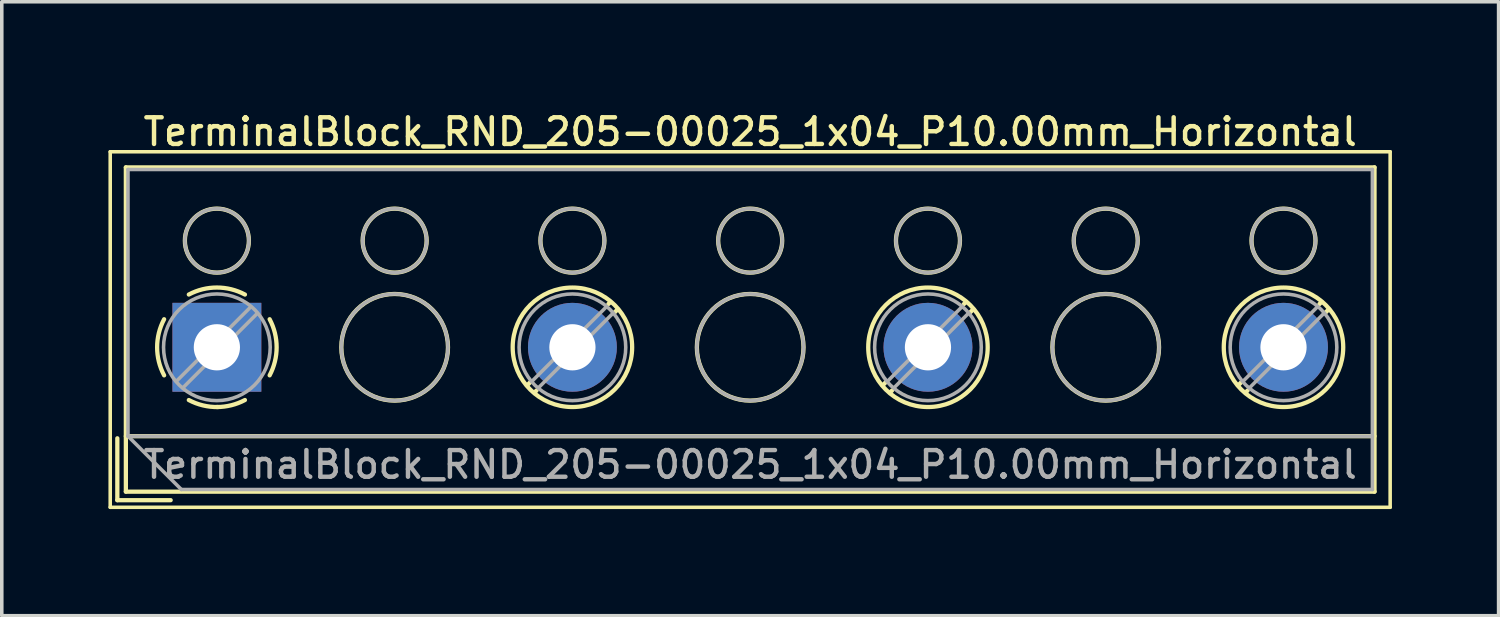
<source format=kicad_pcb>
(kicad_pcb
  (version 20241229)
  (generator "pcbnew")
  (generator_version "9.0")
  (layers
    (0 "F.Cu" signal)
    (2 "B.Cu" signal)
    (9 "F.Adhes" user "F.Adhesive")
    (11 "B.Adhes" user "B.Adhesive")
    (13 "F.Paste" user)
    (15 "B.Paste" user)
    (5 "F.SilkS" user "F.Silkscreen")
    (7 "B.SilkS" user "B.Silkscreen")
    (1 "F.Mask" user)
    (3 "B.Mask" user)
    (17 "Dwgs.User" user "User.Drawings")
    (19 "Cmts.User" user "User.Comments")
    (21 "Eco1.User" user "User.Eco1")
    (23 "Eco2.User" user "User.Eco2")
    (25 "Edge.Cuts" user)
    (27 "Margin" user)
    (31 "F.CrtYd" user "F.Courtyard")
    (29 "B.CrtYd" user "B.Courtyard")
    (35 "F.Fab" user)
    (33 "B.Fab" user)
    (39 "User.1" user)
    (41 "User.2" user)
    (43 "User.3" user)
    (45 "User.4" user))
  (footprint "TerminalBlock_RND_205-00025_1x04_P10.00mm_Horizontal"
    (layer "F.Cu")
    (at 3.05 6.718)
    (property "Reference" "TerminalBlock_RND_205-00025_1x04_P10.00mm_Horizontal" (at 15 -6.06 0) (layer "F.SilkS") (effects (font (size 0.75 0.75) (thickness 0.125))))
    (attr through_hole)
    (fp_line (start -3 -5.5) (end -3 4.5) (stroke (width 0.1) (type solid)) (layer "F.SilkS"))
    (fp_line (start -3 4.5) (end 33 4.5) (stroke (width 0.1) (type solid)) (layer "F.SilkS"))
    (fp_line (start -2.8 2.56) (end -2.8 4.3) (stroke (width 0.12) (type solid)) (layer "F.SilkS"))
    (fp_line (start -2.8 4.3) (end -1.3 4.3) (stroke (width 0.12) (type solid)) (layer "F.SilkS"))
    (fp_line (start -2.56 -5.06) (end -2.56 4.06) (stroke (width 0.12) (type solid)) (layer "F.SilkS"))
    (fp_line (start -2.56 -5.06) (end 32.56 -5.06) (stroke (width 0.12) (type solid)) (layer "F.SilkS"))
    (fp_line (start -2.56 2.5) (end 32.56 2.5) (stroke (width 0.12) (type solid)) (layer "F.SilkS"))
    (fp_line (start -2.56 4.06) (end 32.56 4.06) (stroke (width 0.12) (type solid)) (layer "F.SilkS"))
    (fp_line (start 8.82 0.976) (end 8.726 1.069) (stroke (width 0.12) (type solid)) (layer "F.SilkS"))
    (fp_line (start 8.99 1.216) (end 8.931 1.274) (stroke (width 0.12) (type solid)) (layer "F.SilkS"))
    (fp_line (start 11.07 -1.275) (end 11.011 -1.216) (stroke (width 0.12) (type solid)) (layer "F.SilkS"))
    (fp_line (start 11.275 -1.069) (end 11.181 -0.976) (stroke (width 0.12) (type solid)) (layer "F.SilkS"))
    (fp_line (start 18.82 0.976) (end 18.726 1.069) (stroke (width 0.12) (type solid)) (layer "F.SilkS"))
    (fp_line (start 18.99 1.216) (end 18.931 1.274) (stroke (width 0.12) (type solid)) (layer "F.SilkS"))
    (fp_line (start 21.07 -1.275) (end 21.011 -1.216) (stroke (width 0.12) (type solid)) (layer "F.SilkS"))
    (fp_line (start 21.275 -1.069) (end 21.181 -0.976) (stroke (width 0.12) (type solid)) (layer "F.SilkS"))
    (fp_line (start 28.82 0.976) (end 28.726 1.069) (stroke (width 0.12) (type solid)) (layer "F.SilkS"))
    (fp_line (start 28.99 1.216) (end 28.931 1.274) (stroke (width 0.12) (type solid)) (layer "F.SilkS"))
    (fp_line (start 31.07 -1.275) (end 31.011 -1.216) (stroke (width 0.12) (type solid)) (layer "F.SilkS"))
    (fp_line (start 31.275 -1.069) (end 31.181 -0.976) (stroke (width 0.12) (type solid)) (layer "F.SilkS"))
    (fp_line (start 32.56 -5.06) (end 32.56 4.06) (stroke (width 0.12) (type solid)) (layer "F.SilkS"))
    (fp_line (start 33 -5.5) (end -3 -5.5) (stroke (width 0.1) (type solid)) (layer "F.SilkS"))
    (fp_line (start 33 4.5) (end 33 -5.5) (stroke (width 0.1) (type solid)) (layer "F.SilkS"))
    (fp_arc (start -1.483953 0.789089) (mid -1.680708 0.00005) (end -1.484 -0.789) (stroke (width 0.12) (type solid)) (layer "F.SilkS"))
    (fp_arc (start -0.789089 -1.483953) (mid -0.00005 -1.680708) (end 0.789 -1.484) (stroke (width 0.12) (type solid)) (layer "F.SilkS"))
    (fp_arc (start 0.029383 1.68045) (mid -0.392304 1.634281) (end -0.789 1.484) (stroke (width 0.12) (type solid)) (layer "F.SilkS"))
    (fp_arc (start 0.788712 1.483352) (mid 0.406429 1.630097) (end 0 1.68) (stroke (width 0.12) (type solid)) (layer "F.SilkS"))
    (fp_arc (start 1.483953 -0.789089) (mid 1.680708 -0.00005) (end 1.484 0.789) (stroke (width 0.12) (type solid)) (layer "F.SilkS"))
    (fp_circle (center 0 -3) (end 0.9 -3) (stroke (width 0.12) (type solid)) (fill no) (layer "F.SilkS"))
    (fp_circle (center 5 -3) (end 5.9 -3) (stroke (width 0.12) (type solid)) (fill no) (layer "F.SilkS"))
    (fp_circle (center 5 0) (end 6.5 0) (stroke (width 0.12) (type solid)) (fill no) (layer "F.SilkS"))
    (fp_circle (center 10 -3) (end 10.9 -3) (stroke (width 0.12) (type solid)) (fill no) (layer "F.SilkS"))
    (fp_circle (center 10 0) (end 11.68 0) (stroke (width 0.12) (type solid)) (fill no) (layer "F.SilkS"))
    (fp_circle (center 15 -3) (end 15.9 -3) (stroke (width 0.12) (type solid)) (fill no) (layer "F.SilkS"))
    (fp_circle (center 15 0) (end 16.5 0) (stroke (width 0.12) (type solid)) (fill no) (layer "F.SilkS"))
    (fp_circle (center 20 -3) (end 20.9 -3) (stroke (width 0.12) (type solid)) (fill no) (layer "F.SilkS"))
    (fp_circle (center 20 0) (end 21.68 0) (stroke (width 0.12) (type solid)) (fill no) (layer "F.SilkS"))
    (fp_circle (center 25 -3) (end 25.9 -3) (stroke (width 0.12) (type solid)) (fill no) (layer "F.SilkS"))
    (fp_circle (center 25 0) (end 26.5 0) (stroke (width 0.12) (type solid)) (fill no) (layer "F.SilkS"))
    (fp_circle (center 30 -3) (end 30.9 -3) (stroke (width 0.12) (type solid)) (fill no) (layer "F.SilkS"))
    (fp_circle (center 30 0) (end 31.68 0) (stroke (width 0.12) (type solid)) (fill no) (layer "F.SilkS"))
    (fp_line (start -2.5 -5) (end 32.5 -5) (stroke (width 0.1) (type solid)) (layer "F.Fab"))
    (fp_line (start -2.5 2.5) (end -2.5 -5) (stroke (width 0.1) (type solid)) (layer "F.Fab"))
    (fp_line (start -2.5 2.5) (end 32.5 2.5) (stroke (width 0.1) (type solid)) (layer "F.Fab"))
    (fp_line (start -1 4) (end -2.5 2.5) (stroke (width 0.1) (type solid)) (layer "F.Fab"))
    (fp_line (start 0.955 -1.138) (end -1.138 0.955) (stroke (width 0.1) (type solid)) (layer "F.Fab"))
    (fp_line (start 1.138 -0.955) (end -0.955 1.138) (stroke (width 0.1) (type solid)) (layer "F.Fab"))
    (fp_line (start 10.955 -1.138) (end 8.863 0.955) (stroke (width 0.1) (type solid)) (layer "F.Fab"))
    (fp_line (start 11.138 -0.955) (end 9.046 1.138) (stroke (width 0.1) (type solid)) (layer "F.Fab"))
    (fp_line (start 20.955 -1.138) (end 18.863 0.955) (stroke (width 0.1) (type solid)) (layer "F.Fab"))
    (fp_line (start 21.138 -0.955) (end 19.046 1.138) (stroke (width 0.1) (type solid)) (layer "F.Fab"))
    (fp_line (start 30.955 -1.138) (end 28.863 0.955) (stroke (width 0.1) (type solid)) (layer "F.Fab"))
    (fp_line (start 31.138 -0.955) (end 29.046 1.138) (stroke (width 0.1) (type solid)) (layer "F.Fab"))
    (fp_line (start 32.5 -5) (end 32.5 4) (stroke (width 0.1) (type solid)) (layer "F.Fab"))
    (fp_line (start 32.5 4) (end -1 4) (stroke (width 0.1) (type solid)) (layer "F.Fab"))
    (fp_circle (center 0 -3) (end 0.9 -3) (stroke (width 0.1) (type solid)) (fill no) (layer "F.Fab"))
    (fp_circle (center 0 0) (end 1.5 0) (stroke (width 0.1) (type solid)) (fill no) (layer "F.Fab"))
    (fp_circle (center 5 -3) (end 5.9 -3) (stroke (width 0.1) (type solid)) (fill no) (layer "F.Fab"))
    (fp_circle (center 5 0) (end 6.5 0) (stroke (width 0.1) (type solid)) (fill no) (layer "F.Fab"))
    (fp_circle (center 10 -3) (end 10.9 -3) (stroke (width 0.1) (type solid)) (fill no) (layer "F.Fab"))
    (fp_circle (center 10 0) (end 11.5 0) (stroke (width 0.1) (type solid)) (fill no) (layer "F.Fab"))
    (fp_circle (center 15 -3) (end 15.9 -3) (stroke (width 0.1) (type solid)) (fill no) (layer "F.Fab"))
    (fp_circle (center 15 0) (end 16.5 0) (stroke (width 0.1) (type solid)) (fill no) (layer "F.Fab"))
    (fp_circle (center 20 -3) (end 20.9 -3) (stroke (width 0.1) (type solid)) (fill no) (layer "F.Fab"))
    (fp_circle (center 20 0) (end 21.5 0) (stroke (width 0.1) (type solid)) (fill no) (layer "F.Fab"))
    (fp_circle (center 25 -3) (end 25.9 -3) (stroke (width 0.1) (type solid)) (fill no) (layer "F.Fab"))
    (fp_circle (center 25 0) (end 26.5 0) (stroke (width 0.1) (type solid)) (fill no) (layer "F.Fab"))
    (fp_circle (center 30 -3) (end 30.9 -3) (stroke (width 0.1) (type solid)) (fill no) (layer "F.Fab"))
    (fp_circle (center 30 0) (end 31.5 0) (stroke (width 0.1) (type solid)) (fill no) (layer "F.Fab"))
    (fp_text user "${REFERENCE}" (at 15 3.3 0) (layer "F.Fab") (effects (font (size 0.75 0.75) (thickness 0.125))))
    (pad "1" thru_hole rect (at 0 0) (size 2.5 2.5) (drill 1.3) (layers "*.Cu" "*.Mask"))
    (pad "2" thru_hole circle (at 10 0) (size 2.5 2.5) (drill 1.3) (layers "*.Cu" "*.Mask"))
    (pad "3" thru_hole circle (at 20 0) (size 2.5 2.5) (drill 1.3) (layers "*.Cu" "*.Mask"))
    (pad "4" thru_hole circle (at 30 0) (size 2.5 2.5) (drill 1.3) (layers "*.Cu" "*.Mask")))
  (gr_rect
    (start -3 -3)
    (end 39.1 14.268)
    (stroke (width 0.1) (type default))
    (fill no)
    (layer "Edge.Cuts")))
</source>
